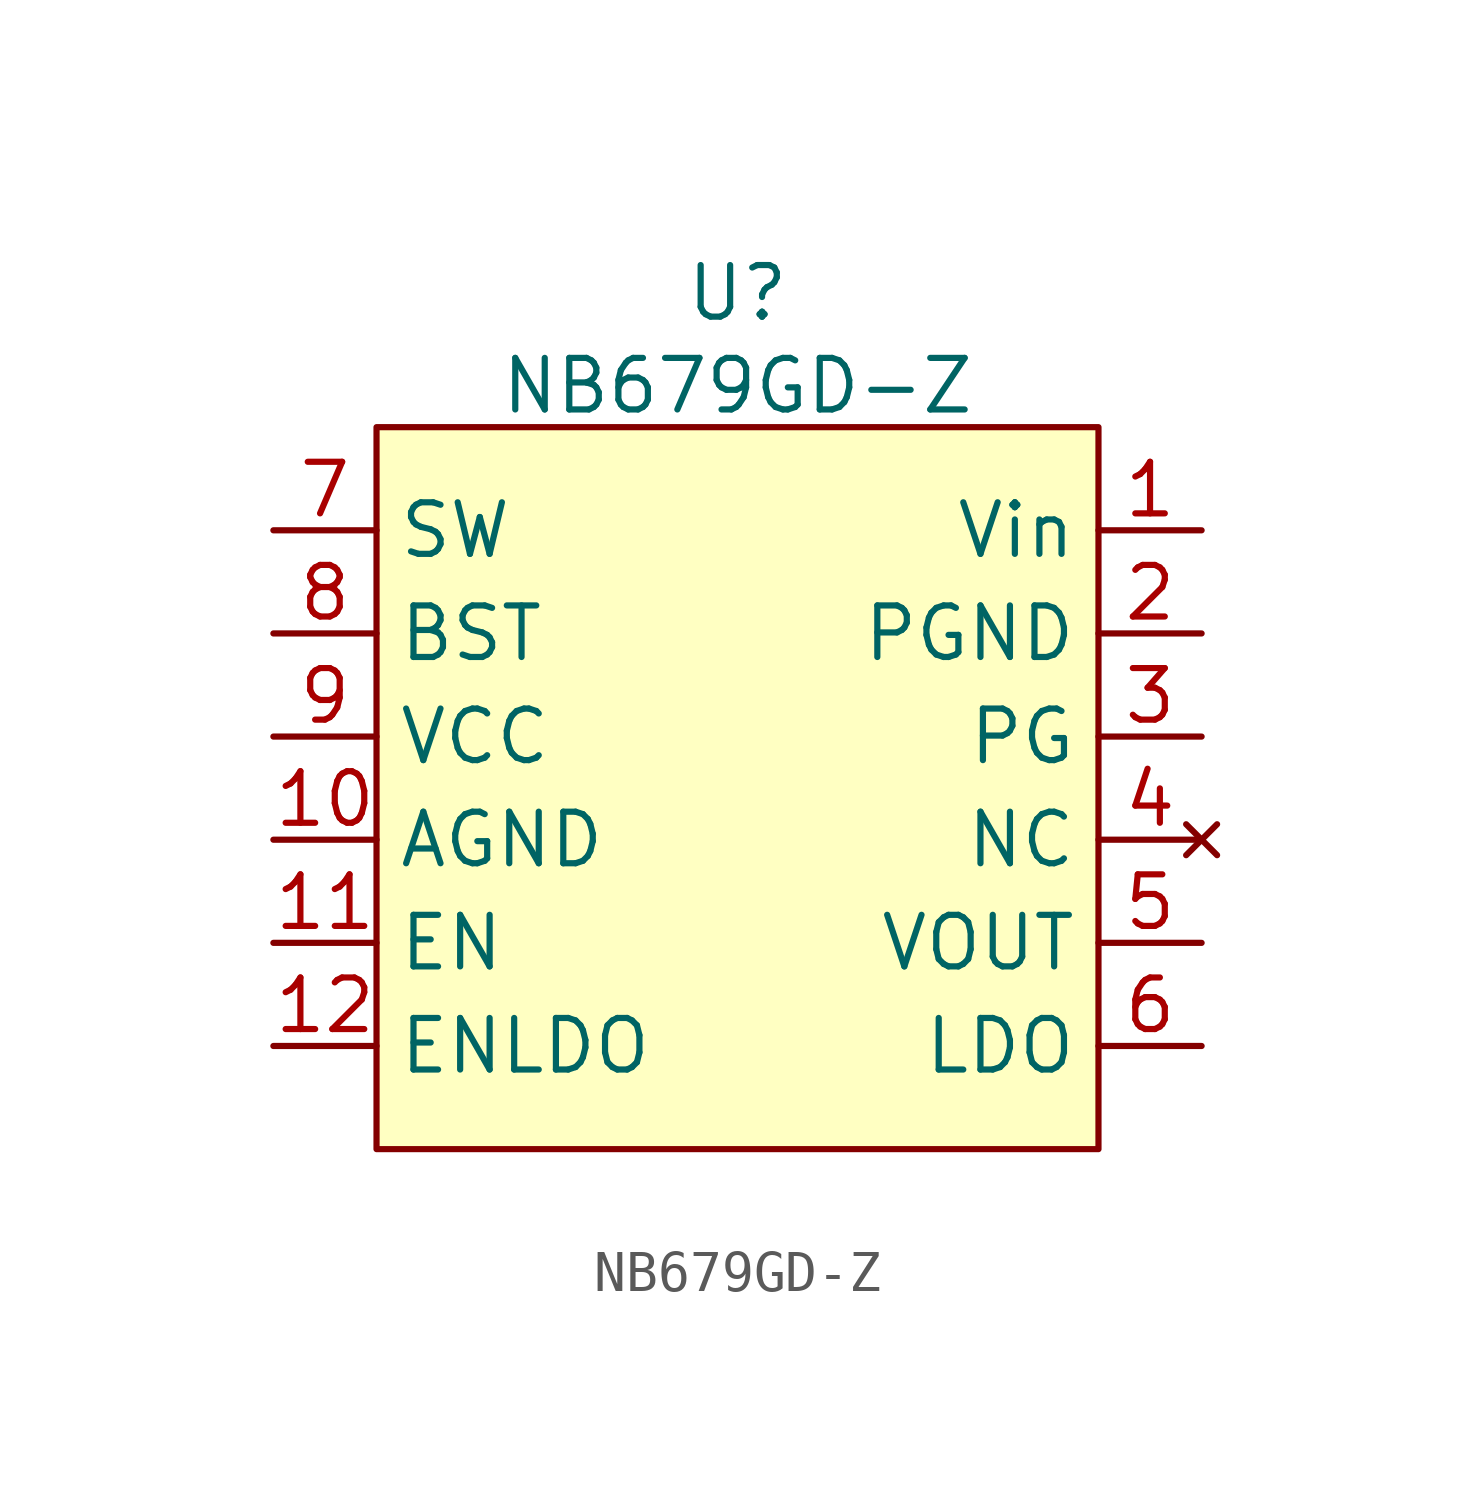
<source format=kicad_sym>
(kicad_symbol_lib
  (version 20231120)
  (generator "kicad_symbol_editor")
  (generator_version "8.0")
  (symbol "NB679GD-Z"
    (property "Reference" "U"
      (at 0 12.192 0)
      (effects (font (size 1.27 1.27))))
    (property "Value" "NB679GD-Z"
      (at 0 9.906 0)
      (effects (font (size 1.27 1.27))))
    (symbol "NB679GD-Z_0_0"
      (pin power_in line (at 11.43 6.35 180) (length 2.54) (name "Vin" (effects (font (size 1.27 1.27)))) (number "1" (effects (font (size 1.27 1.27)))))
      (pin power_out line (at -11.43 -1.27 0) (length 2.54) (name "AGND" (effects (font (size 1.27 1.27)))) (number "10" (effects (font (size 1.27 1.27)))))
      (pin input line (at -11.43 -3.81 0) (length 2.54) (name "EN" (effects (font (size 1.27 1.27)))) (number "11" (effects (font (size 1.27 1.27)))))
      (pin input line (at -11.43 -6.35 0) (length 2.54) (name "ENLDO" (effects (font (size 1.27 1.27)))) (number "12" (effects (font (size 1.27 1.27)))))
      (pin power_in line (at 11.43 3.81 180) (length 2.54) (name "PGND" (effects (font (size 1.27 1.27)))) (number "2" (effects (font (size 1.27 1.27)))))
      (pin output line (at 11.43 1.27 180) (length 2.54) (name "PG" (effects (font (size 1.27 1.27)))) (number "3" (effects (font (size 1.27 1.27)))))
      (pin no_connect line (at 11.43 -1.27 180) (length 2.54) (name "NC" (effects (font (size 1.27 1.27)))) (number "4" (effects (font (size 1.27 1.27)))))
      (pin power_out line (at 11.43 -3.81 180) (length 2.54) (name "VOUT" (effects (font (size 1.27 1.27)))) (number "5" (effects (font (size 1.27 1.27)))))
      (pin power_out line (at 11.43 -6.35 180) (length 2.54) (name "LDO" (effects (font (size 1.27 1.27)))) (number "6" (effects (font (size 1.27 1.27)))))
      (pin output line (at -11.43 6.35 0) (length 2.54) (name "SW" (effects (font (size 1.27 1.27)))) (number "7" (effects (font (size 1.27 1.27)))))
      (pin output line (at -11.43 3.81 0) (length 2.54) (name "BST" (effects (font (size 1.27 1.27)))) (number "8" (effects (font (size 1.27 1.27)))))
      (pin output line (at -11.43 1.27 0) (length 2.54) (name "VCC" (effects (font (size 1.27 1.27)))) (number "9" (effects (font (size 1.27 1.27))))))
    (symbol "NB679GD-Z_1_1"
      (rectangle (start -8.89 8.89) (end 8.89 -8.89) (stroke (width 0) (type default)) (fill (type color) (color 255 255 194 1))))))
</source>
